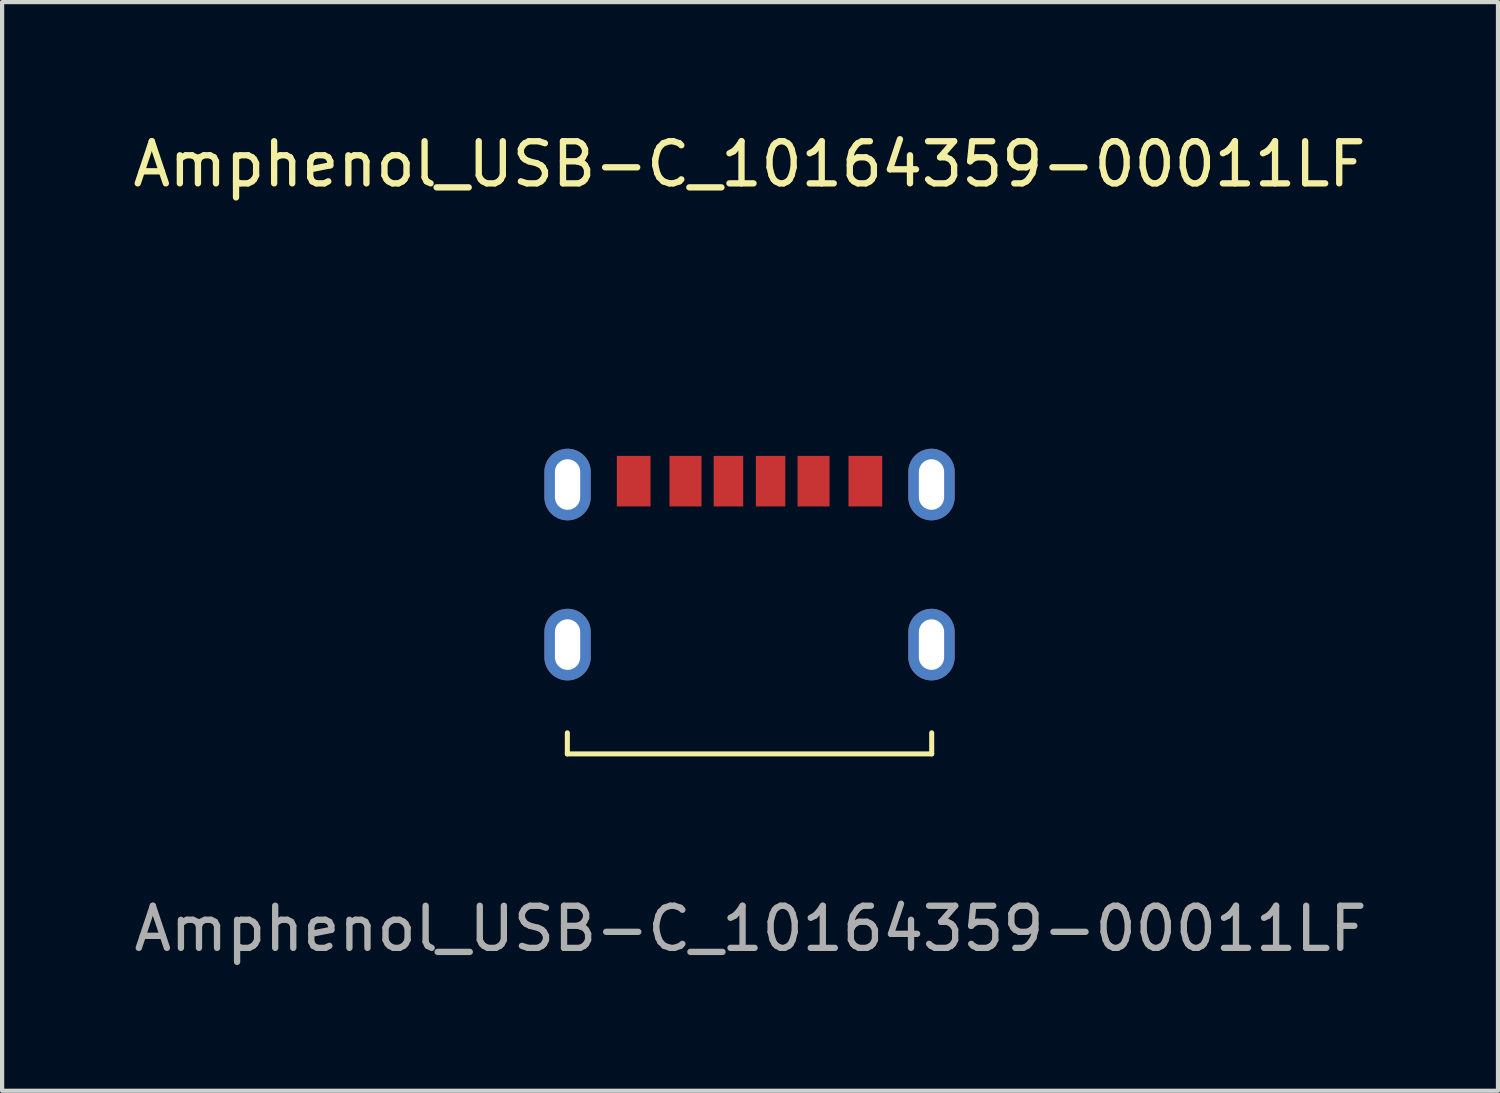
<source format=kicad_pcb>
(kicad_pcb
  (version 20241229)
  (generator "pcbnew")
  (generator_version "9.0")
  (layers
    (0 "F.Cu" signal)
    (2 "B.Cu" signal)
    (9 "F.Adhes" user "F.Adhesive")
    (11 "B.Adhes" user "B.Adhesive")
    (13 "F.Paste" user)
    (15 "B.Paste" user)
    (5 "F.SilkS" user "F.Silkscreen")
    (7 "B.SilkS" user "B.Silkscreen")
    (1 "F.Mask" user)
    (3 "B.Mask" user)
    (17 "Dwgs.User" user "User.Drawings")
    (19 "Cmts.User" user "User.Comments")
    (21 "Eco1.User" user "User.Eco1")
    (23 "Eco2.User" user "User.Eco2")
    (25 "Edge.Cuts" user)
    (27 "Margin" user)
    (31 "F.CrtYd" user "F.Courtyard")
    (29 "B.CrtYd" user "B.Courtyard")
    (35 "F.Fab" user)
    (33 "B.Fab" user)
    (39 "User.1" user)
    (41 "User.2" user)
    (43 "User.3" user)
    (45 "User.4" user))
  (footprint "Amphenol_USB-C_10164359-00011LF"
    (layer "F.Cu")
    (at 14.744 8.373)
    (property "Reference" "Amphenol_USB-C_10164359-00011LF" (at 0 -7.525 0) (unlocked yes) (layer "F.SilkS") (effects (font (size 1 1) (thickness 0.15))))
    (attr smd)
    (fp_line (start -4.325 6.475) (end -4.325 5.975) (stroke (width 0.12) (type solid)) (layer "F.SilkS"))
    (fp_line (start -4.325 6.475) (end 4.325 6.475) (stroke (width 0.12) (type solid)) (layer "F.SilkS"))
    (fp_line (start 4.325 6.475) (end 4.325 5.975) (stroke (width 0.12) (type solid)) (layer "F.SilkS"))
    (fp_text user "${REFERENCE}" (at 0.025 10.625 0) (unlocked yes) (layer "F.Fab") (effects (font (size 1 1) (thickness 0.15))))
    (pad "A5" smd rect (at -0.5 0) (size 0.7 1.2) (layers "F.Cu" "F.Mask" "F.Paste"))
    (pad "A9" smd rect (at 1.52 0) (size 0.76 1.2) (layers "F.Cu" "F.Mask" "F.Paste"))
    (pad "A12" smd rect (at 2.75 0) (size 0.8 1.2) (layers "F.Cu" "F.Mask" "F.Paste"))
    (pad "B5" smd rect (at 0.5 0) (size 0.7 1.2) (layers "F.Cu" "F.Mask" "F.Paste"))
    (pad "B9" smd rect (at -1.52 0) (size 0.76 1.2) (layers "F.Cu" "F.Mask" "F.Paste"))
    (pad "B12" smd rect (at -2.75 0) (size 0.8 1.2) (layers "F.Cu" "F.Mask" "F.Paste"))
    (pad "Earth" thru_hole oval (at -4.32 0.08) (size 1.1 1.7) (drill oval 0.6 1.2) (layers "*.Cu" "*.Mask"))
    (pad "Earth" thru_hole oval (at -4.32 3.88) (size 1.1 1.7) (drill oval 0.6 1.2) (layers "*.Cu" "*.Mask"))
    (pad "Earth" thru_hole oval (at 4.32 0.08) (size 1.1 1.7) (drill oval 0.6 1.2) (layers "*.Cu" "*.Mask"))
    (pad "Earth" thru_hole oval (at 4.32 3.88) (size 1.1 1.7) (drill oval 0.6 1.2) (layers "*.Cu" "*.Mask")))
  (gr_rect
    (start -3 -3)
    (end 32.513 22.846)
    (stroke (width 0.1) (type default))
    (fill no)
    (layer "Edge.Cuts")))
</source>
